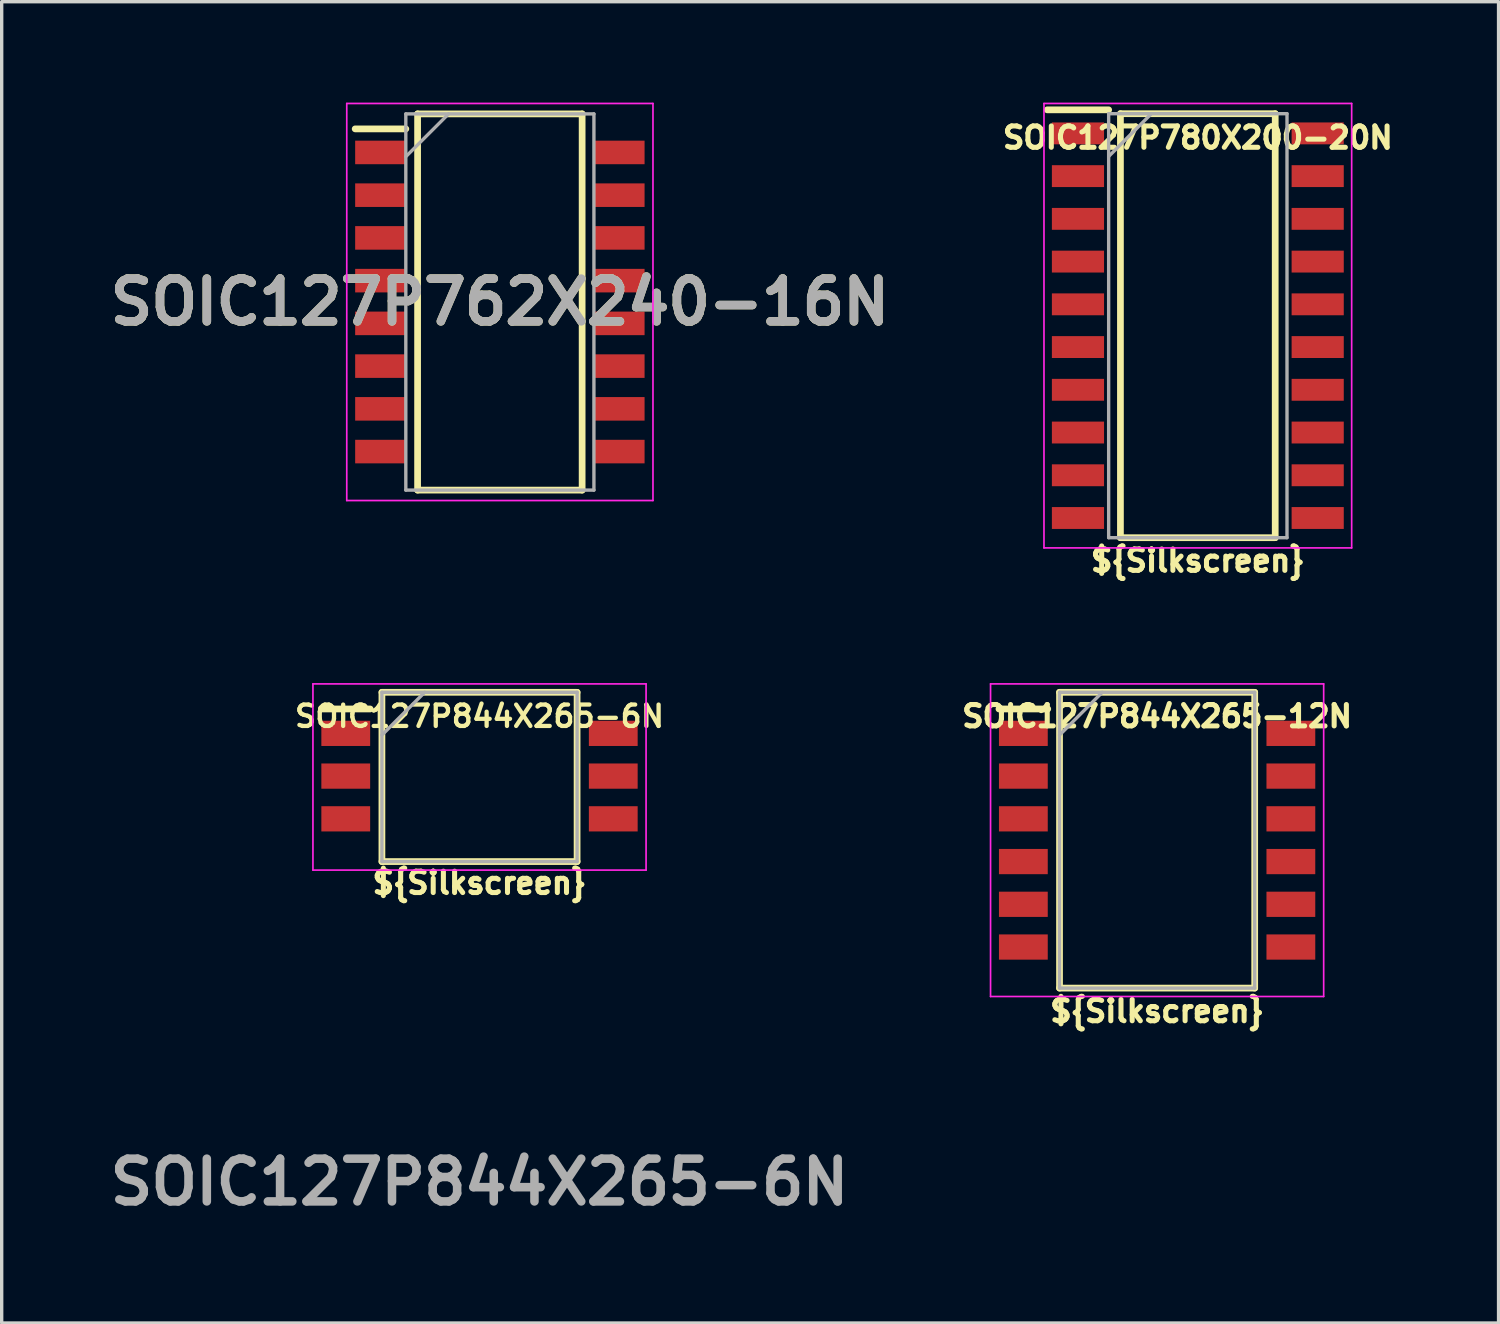
<source format=kicad_pcb>
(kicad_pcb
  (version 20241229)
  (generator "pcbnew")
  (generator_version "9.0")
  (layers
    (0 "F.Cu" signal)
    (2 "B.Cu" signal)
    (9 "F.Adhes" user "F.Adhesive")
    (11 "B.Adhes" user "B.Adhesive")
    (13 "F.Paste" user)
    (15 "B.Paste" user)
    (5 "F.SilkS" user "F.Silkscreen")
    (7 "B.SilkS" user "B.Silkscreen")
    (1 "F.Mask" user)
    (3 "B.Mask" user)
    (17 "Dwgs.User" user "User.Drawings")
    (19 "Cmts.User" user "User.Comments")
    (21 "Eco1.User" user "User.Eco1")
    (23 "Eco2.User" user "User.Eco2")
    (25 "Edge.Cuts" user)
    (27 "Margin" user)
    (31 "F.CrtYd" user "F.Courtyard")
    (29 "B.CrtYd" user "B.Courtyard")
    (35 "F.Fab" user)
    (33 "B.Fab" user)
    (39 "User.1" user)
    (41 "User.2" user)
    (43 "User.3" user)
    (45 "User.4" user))
  (footprint "SOIC127P844X265-12N"
    (layer "F.Cu")
    (at 31.337 21.919)
    (property "Reference" "SOIC127P844X265-12N" (at 0 -3.683 0) (layer "F.SilkS") (effects (font (size 0.635 0.635) (thickness 0.15) (bold yes))))
    (property "Silkscreen" "${Silkscreen}" (at 0 5.08 0) (layer "F.SilkS") (effects (font (size 0.635 0.635) (thickness 0.15))))
    (attr smd)
    (fp_line (start -4.7 -3.9) (end -3.25 -3.9) (stroke (width 0.2) (type solid)) (layer "F.SilkS"))
    (fp_line (start -2.9 -4.395) (end 2.9 -4.395) (stroke (width 0.2) (type solid)) (layer "F.SilkS"))
    (fp_line (start -2.9 4.395) (end -2.9 -4.395) (stroke (width 0.2) (type solid)) (layer "F.SilkS"))
    (fp_line (start 2.9 -4.395) (end 2.9 4.395) (stroke (width 0.2) (type solid)) (layer "F.SilkS"))
    (fp_line (start 2.9 4.395) (end -2.9 4.395) (stroke (width 0.2) (type solid)) (layer "F.SilkS"))
    (fp_line (start -4.95 -4.645) (end 4.95 -4.645) (stroke (width 0.05) (type solid)) (layer "F.CrtYd"))
    (fp_line (start -4.95 4.645) (end -4.95 -4.645) (stroke (width 0.05) (type solid)) (layer "F.CrtYd"))
    (fp_line (start 4.95 -4.645) (end 4.95 4.645) (stroke (width 0.05) (type solid)) (layer "F.CrtYd"))
    (fp_line (start 4.95 4.645) (end -4.95 4.645) (stroke (width 0.05) (type solid)) (layer "F.CrtYd"))
    (fp_line (start -2.9 -4.395) (end 2.9 -4.395) (stroke (width 0.1) (type solid)) (layer "F.Fab"))
    (fp_line (start -2.9 -3.125) (end -1.63 -4.395) (stroke (width 0.1) (type solid)) (layer "F.Fab"))
    (fp_line (start -2.9 4.395) (end -2.9 -4.395) (stroke (width 0.1) (type solid)) (layer "F.Fab"))
    (fp_line (start 2.9 -4.395) (end 2.9 4.395) (stroke (width 0.1) (type solid)) (layer "F.Fab"))
    (fp_line (start 2.9 4.395) (end -2.9 4.395) (stroke (width 0.1) (type solid)) (layer "F.Fab"))
    (pad "1" smd rect (at -3.975 -3.175 90) (size 0.75 1.45) (layers "F.Cu" "F.Mask" "F.Paste"))
    (pad "2" smd rect (at -3.975 -1.905 90) (size 0.75 1.45) (layers "F.Cu" "F.Mask" "F.Paste"))
    (pad "3" smd rect (at -3.975 -0.635 90) (size 0.75 1.45) (layers "F.Cu" "F.Mask" "F.Paste"))
    (pad "4" smd rect (at -3.975 0.635 90) (size 0.75 1.45) (layers "F.Cu" "F.Mask" "F.Paste"))
    (pad "5" smd rect (at -3.975 1.905 90) (size 0.75 1.45) (layers "F.Cu" "F.Mask" "F.Paste"))
    (pad "6" smd rect (at -3.975 3.175 90) (size 0.75 1.45) (layers "F.Cu" "F.Mask" "F.Paste"))
    (pad "7" smd rect (at 3.975 3.175 90) (size 0.75 1.45) (layers "F.Cu" "F.Mask" "F.Paste"))
    (pad "8" smd rect (at 3.975 1.905 90) (size 0.75 1.45) (layers "F.Cu" "F.Mask" "F.Paste"))
    (pad "9" smd rect (at 3.975 0.635 90) (size 0.75 1.45) (layers "F.Cu" "F.Mask" "F.Paste"))
    (pad "10" smd rect (at 3.975 -0.635 90) (size 0.75 1.45) (layers "F.Cu" "F.Mask" "F.Paste"))
    (pad "11" smd rect (at 3.975 -1.905 90) (size 0.75 1.45) (layers "F.Cu" "F.Mask" "F.Paste"))
    (pad "12" smd rect (at 3.975 -3.175 90) (size 0.75 1.45) (layers "F.Cu" "F.Mask" "F.Paste")))
  (footprint "SOIC127P762X240-16N"
    (layer "F.Cu")
    (at 11.805 5.925)
    (property "Reference" "SOIC127P762X240-16N" (at 0 0 0) (layer "F.SilkS") (effects (font (size 1.27 1.27) (thickness 0.254))))
    (attr smd)
    (fp_line (start -4.3 -5.145) (end -2.795 -5.145) (stroke (width 0.2) (type solid)) (layer "F.SilkS"))
    (fp_line (start -2.445 -5.59) (end 2.445 -5.59) (stroke (width 0.2) (type solid)) (layer "F.SilkS"))
    (fp_line (start -2.445 5.59) (end -2.445 -5.59) (stroke (width 0.2) (type solid)) (layer "F.SilkS"))
    (fp_line (start 2.445 -5.59) (end 2.445 5.59) (stroke (width 0.2) (type solid)) (layer "F.SilkS"))
    (fp_line (start 2.445 5.59) (end -2.445 5.59) (stroke (width 0.2) (type solid)) (layer "F.SilkS"))
    (fp_line (start -4.55 -5.9) (end 4.55 -5.9) (stroke (width 0.05) (type solid)) (layer "F.CrtYd"))
    (fp_line (start -4.55 5.9) (end -4.55 -5.9) (stroke (width 0.05) (type solid)) (layer "F.CrtYd"))
    (fp_line (start 4.55 -5.9) (end 4.55 5.9) (stroke (width 0.05) (type solid)) (layer "F.CrtYd"))
    (fp_line (start 4.55 5.9) (end -4.55 5.9) (stroke (width 0.05) (type solid)) (layer "F.CrtYd"))
    (fp_line (start -2.795 -5.59) (end 2.795 -5.59) (stroke (width 0.1) (type solid)) (layer "F.Fab"))
    (fp_line (start -2.795 -4.32) (end -1.525 -5.59) (stroke (width 0.1) (type solid)) (layer "F.Fab"))
    (fp_line (start -2.795 5.59) (end -2.795 -5.59) (stroke (width 0.1) (type solid)) (layer "F.Fab"))
    (fp_line (start 2.795 -5.59) (end 2.795 5.59) (stroke (width 0.1) (type solid)) (layer "F.Fab"))
    (fp_line (start 2.795 5.59) (end -2.795 5.59) (stroke (width 0.1) (type solid)) (layer "F.Fab"))
    (fp_text user "${REFERENCE}" (at 0 0 0) (layer "F.Fab") (effects (font (size 1.27 1.27) (thickness 0.254))))
    (pad "1" smd rect (at -3.548 -4.445 90) (size 0.7 1.505) (layers "F.Cu" "F.Mask" "F.Paste"))
    (pad "2" smd rect (at -3.548 -3.175 90) (size 0.7 1.505) (layers "F.Cu" "F.Mask" "F.Paste"))
    (pad "3" smd rect (at -3.548 -1.905 90) (size 0.7 1.505) (layers "F.Cu" "F.Mask" "F.Paste"))
    (pad "4" smd rect (at -3.548 -0.635 90) (size 0.7 1.505) (layers "F.Cu" "F.Mask" "F.Paste"))
    (pad "5" smd rect (at -3.548 0.635 90) (size 0.7 1.505) (layers "F.Cu" "F.Mask" "F.Paste"))
    (pad "6" smd rect (at -3.548 1.905 90) (size 0.7 1.505) (layers "F.Cu" "F.Mask" "F.Paste"))
    (pad "7" smd rect (at -3.548 3.175 90) (size 0.7 1.505) (layers "F.Cu" "F.Mask" "F.Paste"))
    (pad "8" smd rect (at -3.548 4.445 90) (size 0.7 1.505) (layers "F.Cu" "F.Mask" "F.Paste"))
    (pad "9" smd rect (at 3.548 4.445 90) (size 0.7 1.505) (layers "F.Cu" "F.Mask" "F.Paste"))
    (pad "10" smd rect (at 3.548 3.175 90) (size 0.7 1.505) (layers "F.Cu" "F.Mask" "F.Paste"))
    (pad "11" smd rect (at 3.548 1.905 90) (size 0.7 1.505) (layers "F.Cu" "F.Mask" "F.Paste"))
    (pad "12" smd rect (at 3.548 0.635 90) (size 0.7 1.505) (layers "F.Cu" "F.Mask" "F.Paste"))
    (pad "13" smd rect (at 3.548 -0.635 90) (size 0.7 1.505) (layers "F.Cu" "F.Mask" "F.Paste"))
    (pad "14" smd rect (at 3.548 -1.905 90) (size 0.7 1.505) (layers "F.Cu" "F.Mask" "F.Paste"))
    (pad "15" smd rect (at 3.548 -3.175 90) (size 0.7 1.505) (layers "F.Cu" "F.Mask" "F.Paste"))
    (pad "16" smd rect (at 3.548 -4.445 90) (size 0.7 1.505) (layers "F.Cu" "F.Mask" "F.Paste")))
  (footprint "SOIC127P844X265-6N"
    (layer "F.Cu")
    (at 11.2 21.919)
    (property "Reference" "SOIC127P844X265-6N" (at 0 -3.683 0) (layer "F.SilkS") (effects (font (size 0.635 0.635) (thickness 0.127) (bold yes))))
    (attr smd)
    (fp_line (start -4.7 -3.9) (end -3.25 -3.9) (stroke (width 0.2) (type solid)) (layer "F.SilkS"))
    (fp_line (start -2.9 -4.395) (end 2.9 -4.395) (stroke (width 0.2) (type solid)) (layer "F.SilkS"))
    (fp_line (start -2.9 0.635) (end -2.9 -4.395) (stroke (width 0.2) (type solid)) (layer "F.SilkS"))
    (fp_line (start 2.9 -4.395) (end 2.9 0.635) (stroke (width 0.2) (type solid)) (layer "F.SilkS"))
    (fp_line (start 2.9 0.635) (end -2.9 0.635) (stroke (width 0.2) (type solid)) (layer "F.SilkS"))
    (fp_line (start -4.95 -4.645) (end 4.95 -4.645) (stroke (width 0.05) (type solid)) (layer "F.CrtYd"))
    (fp_line (start -4.95 0.889) (end -4.95 -4.645) (stroke (width 0.05) (type solid)) (layer "F.CrtYd"))
    (fp_line (start 4.95 -4.645) (end 4.95 0.889) (stroke (width 0.05) (type solid)) (layer "F.CrtYd"))
    (fp_line (start 4.95 0.889) (end -4.95 0.889) (stroke (width 0.05) (type solid)) (layer "F.CrtYd"))
    (fp_line (start -2.9 -4.395) (end 2.9 -4.395) (stroke (width 0.1) (type solid)) (layer "F.Fab"))
    (fp_line (start -2.9 -3.125) (end -1.63 -4.395) (stroke (width 0.1) (type solid)) (layer "F.Fab"))
    (fp_line (start -2.9 0.635) (end -2.9 -4.395) (stroke (width 0.1) (type solid)) (layer "F.Fab"))
    (fp_line (start 2.9 -4.395) (end 2.9 0.635) (stroke (width 0.1) (type solid)) (layer "F.Fab"))
    (fp_line (start 2.9 0.635) (end -2.9 0.635) (stroke (width 0.1) (type solid)) (layer "F.Fab"))
    (fp_text user "${Silkscreen}" (at 0 1.27 0) (layer "F.SilkS") (effects (font (size 0.635 0.635) (thickness 0.15))))
    (fp_text user "${REFERENCE}" (at 0 10.16 0) (layer "F.Fab") (effects (font (size 1.27 1.27) (thickness 0.254))))
    (pad "1" smd rect (at -3.975 -3.175 90) (size 0.75 1.45) (layers "F.Cu" "F.Mask" "F.Paste"))
    (pad "2" smd rect (at -3.975 -1.905 90) (size 0.75 1.45) (layers "F.Cu" "F.Mask" "F.Paste"))
    (pad "3" smd rect (at -3.975 -0.635 90) (size 0.75 1.45) (layers "F.Cu" "F.Mask" "F.Paste"))
    (pad "4" smd rect (at 3.975 -0.635 270) (size 0.75 1.45) (layers "F.Cu" "F.Mask" "F.Paste"))
    (pad "5" smd rect (at 3.975 -1.905 270) (size 0.75 1.45) (layers "F.Cu" "F.Mask" "F.Paste"))
    (pad "6" smd rect (at 3.975 -3.175 270) (size 0.75 1.45) (layers "F.Cu" "F.Mask" "F.Paste")))
  (footprint "SOIC127P780X200-20N"
    (layer "F.Cu")
    (at 32.547 6.629)
    (property "Reference" "SOIC127P780X200-20N" (at 0 -5.588 0) (layer "F.SilkS") (effects (font (size 0.635 0.635) (thickness 0.15))))
    (attr smd)
    (fp_line (start -4.475 -6.415) (end -2.65 -6.415) (stroke (width 0.2) (type solid)) (layer "F.SilkS"))
    (fp_line (start -2.3 -6.3) (end 2.3 -6.3) (stroke (width 0.2) (type solid)) (layer "F.SilkS"))
    (fp_line (start -2.3 6.3) (end -2.3 -6.3) (stroke (width 0.2) (type solid)) (layer "F.SilkS"))
    (fp_line (start 2.3 -6.3) (end 2.3 6.3) (stroke (width 0.2) (type solid)) (layer "F.SilkS"))
    (fp_line (start 2.3 6.3) (end -2.3 6.3) (stroke (width 0.2) (type solid)) (layer "F.SilkS"))
    (fp_line (start -4.572 -6.604) (end 4.572 -6.604) (stroke (width 0.05) (type solid)) (layer "F.CrtYd"))
    (fp_line (start -4.572 6.604) (end -4.572 -6.604) (stroke (width 0.05) (type solid)) (layer "F.CrtYd"))
    (fp_line (start 4.572 -6.604) (end 4.572 6.604) (stroke (width 0.05) (type solid)) (layer "F.CrtYd"))
    (fp_line (start 4.572 6.604) (end -4.572 6.604) (stroke (width 0.05) (type solid)) (layer "F.CrtYd"))
    (fp_line (start -2.65 -6.3) (end 2.65 -6.3) (stroke (width 0.1) (type solid)) (layer "F.Fab"))
    (fp_line (start -2.65 -5.03) (end -1.38 -6.3) (stroke (width 0.1) (type solid)) (layer "F.Fab"))
    (fp_line (start -2.65 6.3) (end -2.65 -6.3) (stroke (width 0.1) (type solid)) (layer "F.Fab"))
    (fp_line (start 2.65 -6.3) (end 2.65 6.3) (stroke (width 0.1) (type solid)) (layer "F.Fab"))
    (fp_line (start 2.65 6.3) (end -2.65 6.3) (stroke (width 0.1) (type solid)) (layer "F.Fab"))
    (fp_text user "${Silkscreen}" (at 0 6.985 0) (layer "F.SilkS") (effects (font (size 0.635 0.635) (thickness 0.15))))
    (pad "1" smd rect (at -3.562 -5.715 90) (size 0.65 1.55) (layers "F.Cu" "F.Mask" "F.Paste"))
    (pad "2" smd rect (at -3.562 -4.445 90) (size 0.65 1.55) (layers "F.Cu" "F.Mask" "F.Paste"))
    (pad "3" smd rect (at -3.562 -3.175 90) (size 0.65 1.55) (layers "F.Cu" "F.Mask" "F.Paste"))
    (pad "4" smd rect (at -3.562 -1.905 90) (size 0.65 1.55) (layers "F.Cu" "F.Mask" "F.Paste"))
    (pad "5" smd rect (at -3.562 -0.635 90) (size 0.65 1.55) (layers "F.Cu" "F.Mask" "F.Paste"))
    (pad "6" smd rect (at -3.562 0.635 90) (size 0.65 1.55) (layers "F.Cu" "F.Mask" "F.Paste"))
    (pad "7" smd rect (at -3.562 1.905 90) (size 0.65 1.55) (layers "F.Cu" "F.Mask" "F.Paste"))
    (pad "8" smd rect (at -3.562 3.175 90) (size 0.65 1.55) (layers "F.Cu" "F.Mask" "F.Paste"))
    (pad "9" smd rect (at -3.562 4.445 90) (size 0.65 1.55) (layers "F.Cu" "F.Mask" "F.Paste"))
    (pad "10" smd rect (at -3.562 5.715 90) (size 0.65 1.55) (layers "F.Cu" "F.Mask" "F.Paste"))
    (pad "11" smd rect (at 3.562 5.715 90) (size 0.65 1.55) (layers "F.Cu" "F.Mask" "F.Paste"))
    (pad "12" smd rect (at 3.562 4.445 90) (size 0.65 1.55) (layers "F.Cu" "F.Mask" "F.Paste"))
    (pad "13" smd rect (at 3.562 3.175 90) (size 0.65 1.55) (layers "F.Cu" "F.Mask" "F.Paste"))
    (pad "14" smd rect (at 3.562 1.905 90) (size 0.65 1.55) (layers "F.Cu" "F.Mask" "F.Paste"))
    (pad "15" smd rect (at 3.562 0.635 90) (size 0.65 1.55) (layers "F.Cu" "F.Mask" "F.Paste"))
    (pad "16" smd rect (at 3.562 -0.635 90) (size 0.65 1.55) (layers "F.Cu" "F.Mask" "F.Paste"))
    (pad "17" smd rect (at 3.562 -1.905 90) (size 0.65 1.55) (layers "F.Cu" "F.Mask" "F.Paste"))
    (pad "18" smd rect (at 3.562 -3.175 90) (size 0.65 1.55) (layers "F.Cu" "F.Mask" "F.Paste"))
    (pad "19" smd rect (at 3.562 -4.445 90) (size 0.65 1.55) (layers "F.Cu" "F.Mask" "F.Paste"))
    (pad "20" smd rect (at 3.562 -5.715 90) (size 0.65 1.55) (layers "F.Cu" "F.Mask" "F.Paste")))
  (gr_rect
    (start -3 -3)
    (end 41.484 36.267)
    (stroke (width 0.1) (type default))
    (fill no)
    (layer "Edge.Cuts")))
</source>
